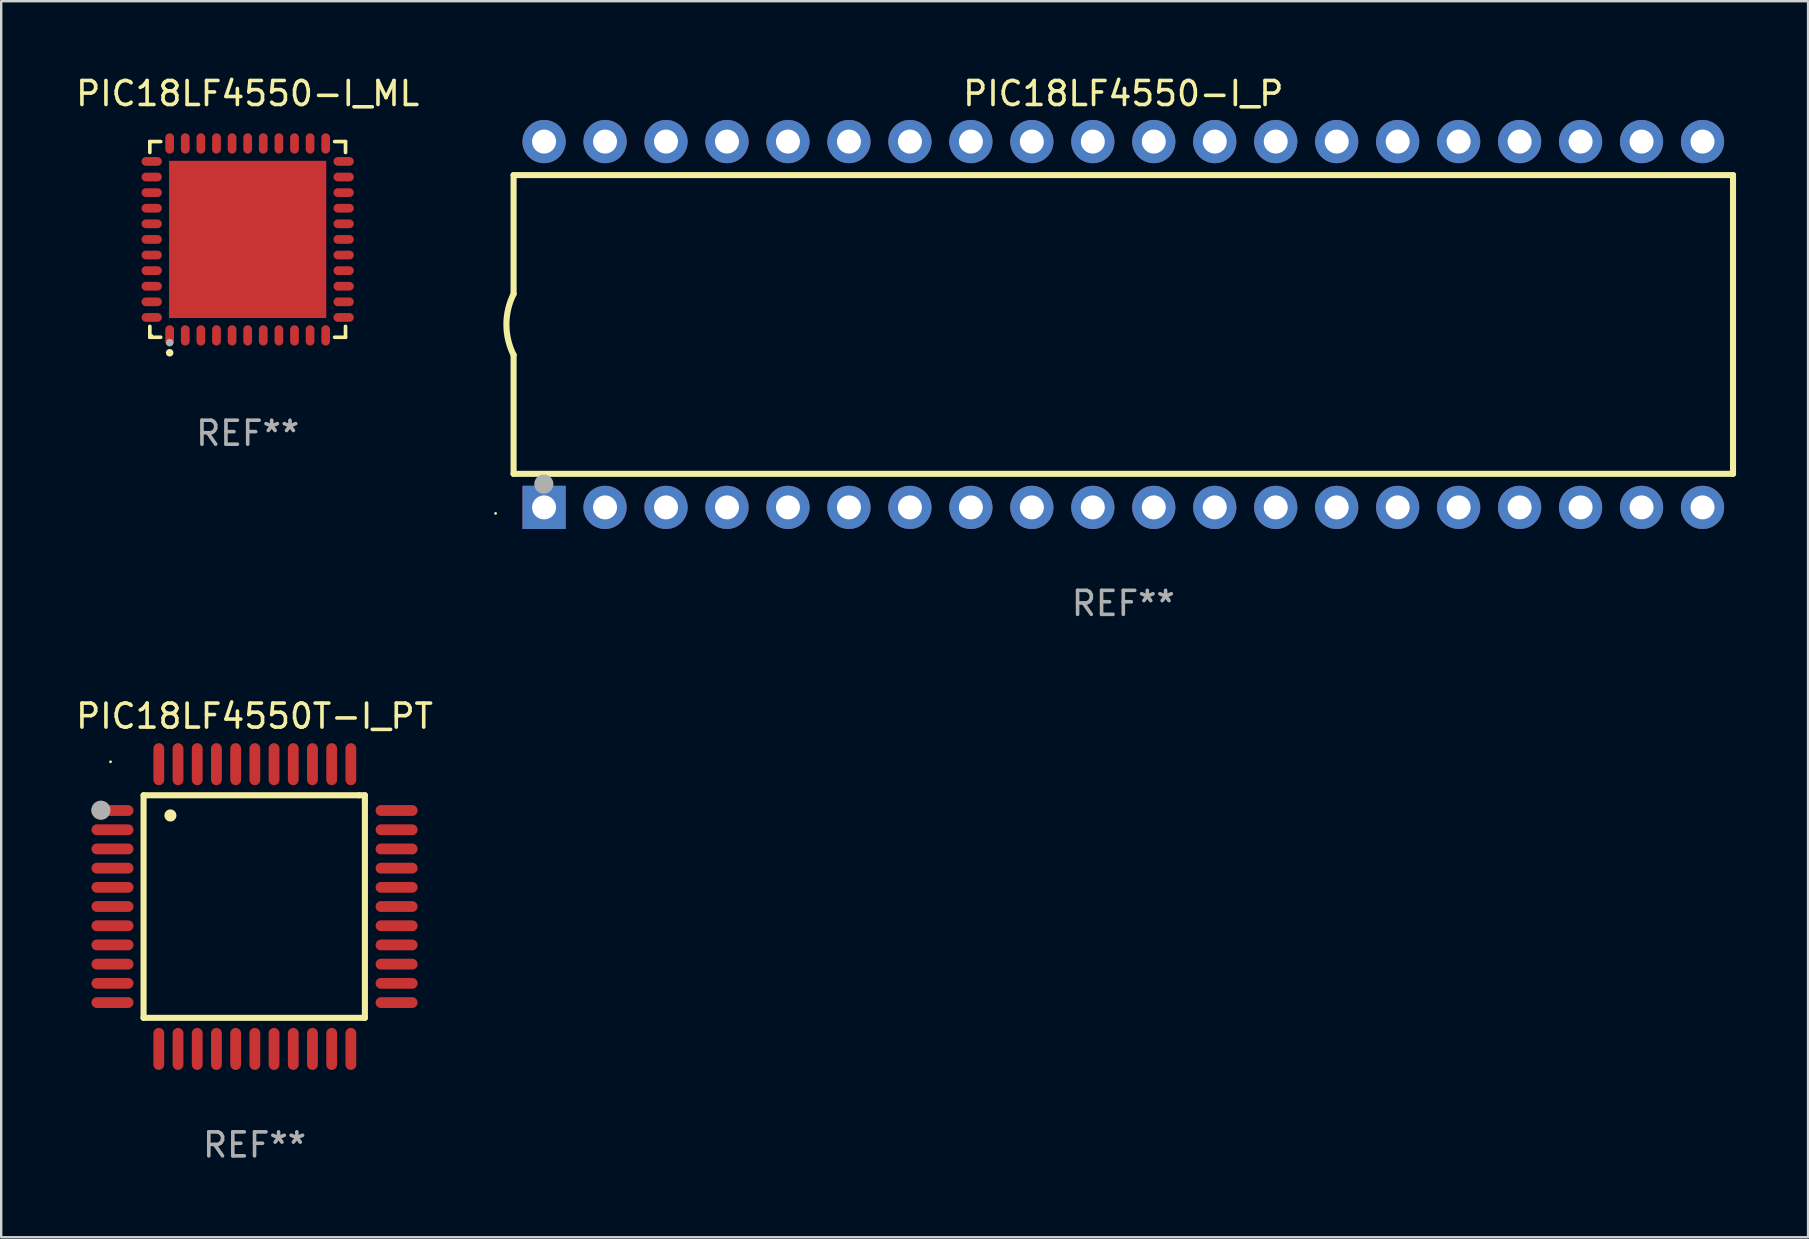
<source format=kicad_pcb>
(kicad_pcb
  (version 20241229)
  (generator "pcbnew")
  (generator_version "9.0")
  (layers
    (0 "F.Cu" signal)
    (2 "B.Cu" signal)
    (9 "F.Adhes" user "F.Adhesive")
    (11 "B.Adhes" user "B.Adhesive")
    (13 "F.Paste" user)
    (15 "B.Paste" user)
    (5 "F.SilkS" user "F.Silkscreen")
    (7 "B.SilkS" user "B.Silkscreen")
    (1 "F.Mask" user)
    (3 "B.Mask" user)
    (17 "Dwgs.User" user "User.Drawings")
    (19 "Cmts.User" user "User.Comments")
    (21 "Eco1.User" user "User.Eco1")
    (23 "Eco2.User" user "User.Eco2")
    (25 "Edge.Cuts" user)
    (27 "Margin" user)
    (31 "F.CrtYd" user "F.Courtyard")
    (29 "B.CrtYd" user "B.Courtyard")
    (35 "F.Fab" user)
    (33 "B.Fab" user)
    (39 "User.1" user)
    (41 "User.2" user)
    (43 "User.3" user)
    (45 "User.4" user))
  (footprint "PIC18LF4550-I_ML"
    (layer "F.Cu")
    (at 7.268 6.924)
    (property "Reference" "PIC18LF4550-I_ML" (at 0 -6.076 0) (layer "F.SilkS") (effects (font (size 1 1) (thickness 0.15))))
    (attr through_hole)
    (fp_line (start -4.076 -4.076) (end -3.623 -4.076) (stroke (width 0.152) (type solid)) (layer "F.SilkS"))
    (fp_line (start -4.076 -3.623) (end -4.076 -4.076) (stroke (width 0.152) (type solid)) (layer "F.SilkS"))
    (fp_line (start -4.076 3.623) (end -4.076 4.076) (stroke (width 0.152) (type solid)) (layer "F.SilkS"))
    (fp_line (start -4.076 4.076) (end -3.623 4.076) (stroke (width 0.152) (type solid)) (layer "F.SilkS"))
    (fp_line (start 4.076 -4.076) (end 3.623 -4.076) (stroke (width 0.152) (type solid)) (layer "F.SilkS"))
    (fp_line (start 4.076 -3.623) (end 4.076 -4.076) (stroke (width 0.152) (type solid)) (layer "F.SilkS"))
    (fp_line (start 4.076 3.623) (end 4.076 4.076) (stroke (width 0.152) (type solid)) (layer "F.SilkS"))
    (fp_line (start 4.076 4.076) (end 3.623 4.076) (stroke (width 0.152) (type solid)) (layer "F.SilkS"))
    (fp_circle (center -4 4) (end -3.97 4) (stroke (width 0.06) (type solid)) (fill no) (layer "F.SilkS"))
    (fp_circle (center -3.25 4.722) (end -3.171 4.722) (stroke (width 0.158) (type solid)) (fill no) (layer "F.SilkS"))
    (fp_circle (center -3.25 4.3) (end -3.171 4.3) (stroke (width 0.158) (type solid)) (fill no) (layer "F.Fab"))
    (fp_text user "REF**" (at 0 8.076 0) (layer "F.Fab") (effects (font (size 1 1) (thickness 0.15))))
    (pad "1" smd oval (at -3.25 3.998) (size 0.364 0.847) (layers "F.Cu" "F.Mask" "F.Paste"))
    (pad "2" smd oval (at -2.6 3.998) (size 0.364 0.847) (layers "F.Cu" "F.Mask" "F.Paste"))
    (pad "3" smd oval (at -1.95 3.998) (size 0.364 0.847) (layers "F.Cu" "F.Mask" "F.Paste"))
    (pad "4" smd oval (at -1.3 3.998) (size 0.364 0.847) (layers "F.Cu" "F.Mask" "F.Paste"))
    (pad "5" smd oval (at -0.65 3.998) (size 0.364 0.847) (layers "F.Cu" "F.Mask" "F.Paste"))
    (pad "6" smd oval (at 0 3.998) (size 0.364 0.847) (layers "F.Cu" "F.Mask" "F.Paste"))
    (pad "7" smd oval (at 0.65 3.998) (size 0.364 0.847) (layers "F.Cu" "F.Mask" "F.Paste"))
    (pad "8" smd oval (at 1.3 3.998) (size 0.364 0.847) (layers "F.Cu" "F.Mask" "F.Paste"))
    (pad "9" smd oval (at 1.95 3.998) (size 0.364 0.847) (layers "F.Cu" "F.Mask" "F.Paste"))
    (pad "10" smd oval (at 2.6 3.998) (size 0.364 0.847) (layers "F.Cu" "F.Mask" "F.Paste"))
    (pad "11" smd oval (at 3.25 3.998) (size 0.364 0.847) (layers "F.Cu" "F.Mask" "F.Paste"))
    (pad "12" smd oval (at 3.998 3.25) (size 0.847 0.364) (layers "F.Cu" "F.Mask" "F.Paste"))
    (pad "13" smd oval (at 3.998 2.6) (size 0.847 0.364) (layers "F.Cu" "F.Mask" "F.Paste"))
    (pad "14" smd oval (at 3.998 1.95) (size 0.847 0.364) (layers "F.Cu" "F.Mask" "F.Paste"))
    (pad "15" smd oval (at 3.998 1.3) (size 0.847 0.364) (layers "F.Cu" "F.Mask" "F.Paste"))
    (pad "16" smd oval (at 3.998 0.65) (size 0.847 0.364) (layers "F.Cu" "F.Mask" "F.Paste"))
    (pad "17" smd oval (at 3.998 0) (size 0.847 0.364) (layers "F.Cu" "F.Mask" "F.Paste"))
    (pad "18" smd oval (at 3.998 -0.65) (size 0.847 0.364) (layers "F.Cu" "F.Mask" "F.Paste"))
    (pad "19" smd oval (at 3.998 -1.3) (size 0.847 0.364) (layers "F.Cu" "F.Mask" "F.Paste"))
    (pad "20" smd oval (at 3.998 -1.95) (size 0.847 0.364) (layers "F.Cu" "F.Mask" "F.Paste"))
    (pad "21" smd oval (at 3.998 -2.6) (size 0.847 0.364) (layers "F.Cu" "F.Mask" "F.Paste"))
    (pad "22" smd oval (at 3.998 -3.25) (size 0.847 0.364) (layers "F.Cu" "F.Mask" "F.Paste"))
    (pad "23" smd oval (at 3.25 -3.998) (size 0.364 0.847) (layers "F.Cu" "F.Mask" "F.Paste"))
    (pad "24" smd oval (at 2.6 -3.998) (size 0.364 0.847) (layers "F.Cu" "F.Mask" "F.Paste"))
    (pad "25" smd oval (at 1.95 -3.998) (size 0.364 0.847) (layers "F.Cu" "F.Mask" "F.Paste"))
    (pad "26" smd oval (at 1.3 -3.998) (size 0.364 0.847) (layers "F.Cu" "F.Mask" "F.Paste"))
    (pad "27" smd oval (at 0.65 -3.998) (size 0.364 0.847) (layers "F.Cu" "F.Mask" "F.Paste"))
    (pad "28" smd oval (at 0 -3.998) (size 0.364 0.847) (layers "F.Cu" "F.Mask" "F.Paste"))
    (pad "29" smd oval (at -0.65 -3.998) (size 0.364 0.847) (layers "F.Cu" "F.Mask" "F.Paste"))
    (pad "30" smd oval (at -1.3 -3.998) (size 0.364 0.847) (layers "F.Cu" "F.Mask" "F.Paste"))
    (pad "31" smd oval (at -1.95 -3.998) (size 0.364 0.847) (layers "F.Cu" "F.Mask" "F.Paste"))
    (pad "32" smd oval (at -2.6 -3.998) (size 0.364 0.847) (layers "F.Cu" "F.Mask" "F.Paste"))
    (pad "33" smd oval (at -3.25 -3.998) (size 0.364 0.847) (layers "F.Cu" "F.Mask" "F.Paste"))
    (pad "34" smd oval (at -3.998 -3.25) (size 0.847 0.364) (layers "F.Cu" "F.Mask" "F.Paste"))
    (pad "35" smd oval (at -3.998 -2.6) (size 0.847 0.364) (layers "F.Cu" "F.Mask" "F.Paste"))
    (pad "36" smd oval (at -3.998 -1.95) (size 0.847 0.364) (layers "F.Cu" "F.Mask" "F.Paste"))
    (pad "37" smd oval (at -3.998 -1.3) (size 0.847 0.364) (layers "F.Cu" "F.Mask" "F.Paste"))
    (pad "38" smd oval (at -3.998 -0.65) (size 0.847 0.364) (layers "F.Cu" "F.Mask" "F.Paste"))
    (pad "39" smd oval (at -3.998 0) (size 0.847 0.364) (layers "F.Cu" "F.Mask" "F.Paste"))
    (pad "40" smd oval (at -3.998 0.65) (size 0.847 0.364) (layers "F.Cu" "F.Mask" "F.Paste"))
    (pad "41" smd oval (at -3.998 1.3) (size 0.847 0.364) (layers "F.Cu" "F.Mask" "F.Paste"))
    (pad "42" smd oval (at -3.998 1.95) (size 0.847 0.364) (layers "F.Cu" "F.Mask" "F.Paste"))
    (pad "43" smd oval (at -3.998 2.6) (size 0.847 0.364) (layers "F.Cu" "F.Mask" "F.Paste"))
    (pad "44" smd oval (at -3.998 3.25) (size 0.847 0.364) (layers "F.Cu" "F.Mask" "F.Paste"))
    (pad "45" smd rect (at 0 0) (size 6.55 6.55) (layers "F.Cu" "F.Mask" "F.Paste")))
  (footprint "PIC18LF4550T-I_PT"
    (layer "F.Cu")
    (at 7.554 34.716)
    (property "Reference" "PIC18LF4550T-I_PT" (at 0 -7.931 0) (layer "F.SilkS") (effects (font (size 1 1) (thickness 0.15))))
    (attr through_hole)
    (fp_line (start -4.623 -4.636) (end 4.35 -4.636) (stroke (width 0.254) (type solid)) (layer "F.SilkS"))
    (fp_line (start -4.623 4.636) (end -4.623 -4.636) (stroke (width 0.254) (type solid)) (layer "F.SilkS"))
    (fp_line (start 4.35 -4.636) (end 4.597 -4.636) (stroke (width 0.254) (type solid)) (layer "F.SilkS"))
    (fp_line (start 4.597 -4.636) (end 4.597 -4.363) (stroke (width 0.254) (type solid)) (layer "F.SilkS"))
    (fp_line (start 4.597 -4.363) (end 4.597 4.636) (stroke (width 0.254) (type solid)) (layer "F.SilkS"))
    (fp_line (start 4.597 4.636) (end -4.623 4.636) (stroke (width 0.254) (type solid)) (layer "F.SilkS"))
    (fp_arc (start -3.505207 -3.792228) (mid -3.50522 -3.794768) (end -3.505207 -3.797308) (stroke (width 0.5) (type solid)) (layer "F.SilkS"))
    (fp_circle (center -6 -6.03) (end -5.97 -6.03) (stroke (width 0.06) (type solid)) (fill no) (layer "F.SilkS"))
    (fp_circle (center -6.401 -4.013) (end -6.201 -4.013) (stroke (width 0.4) (type solid)) (fill no) (layer "F.Fab"))
    (fp_text user "REF**" (at 0 9.931 0) (layer "F.Fab") (effects (font (size 1 1) (thickness 0.15))))
    (pad "1" smd oval (at -5.918 -4.001 90) (size 0.45 1.75) (layers "F.Cu" "F.Mask" "F.Paste"))
    (pad "2" smd oval (at -5.918 -3.2 90) (size 0.45 1.75) (layers "F.Cu" "F.Mask" "F.Paste"))
    (pad "3" smd oval (at -5.918 -2.4 90) (size 0.45 1.75) (layers "F.Cu" "F.Mask" "F.Paste"))
    (pad "4" smd oval (at -5.918 -1.6 90) (size 0.45 1.75) (layers "F.Cu" "F.Mask" "F.Paste"))
    (pad "5" smd oval (at -5.918 -0.8 90) (size 0.45 1.75) (layers "F.Cu" "F.Mask" "F.Paste"))
    (pad "6" smd oval (at -5.918 0 90) (size 0.45 1.75) (layers "F.Cu" "F.Mask" "F.Paste"))
    (pad "7" smd oval (at -5.918 0.8 90) (size 0.45 1.75) (layers "F.Cu" "F.Mask" "F.Paste"))
    (pad "8" smd oval (at -5.918 1.6 90) (size 0.45 1.75) (layers "F.Cu" "F.Mask" "F.Paste"))
    (pad "9" smd oval (at -5.918 2.4 90) (size 0.45 1.75) (layers "F.Cu" "F.Mask" "F.Paste"))
    (pad "10" smd oval (at -5.918 3.2 90) (size 0.45 1.75) (layers "F.Cu" "F.Mask" "F.Paste"))
    (pad "11" smd oval (at -5.918 4.001 90) (size 0.45 1.75) (layers "F.Cu" "F.Mask" "F.Paste"))
    (pad "12" smd oval (at -3.988 5.931) (size 0.45 1.75) (layers "F.Cu" "F.Mask" "F.Paste"))
    (pad "13" smd oval (at -3.188 5.931) (size 0.45 1.75) (layers "F.Cu" "F.Mask" "F.Paste"))
    (pad "14" smd oval (at -2.388 5.931) (size 0.45 1.75) (layers "F.Cu" "F.Mask" "F.Paste"))
    (pad "15" smd oval (at -1.588 5.931) (size 0.45 1.75) (layers "F.Cu" "F.Mask" "F.Paste"))
    (pad "16" smd oval (at -0.787 5.931) (size 0.45 1.75) (layers "F.Cu" "F.Mask" "F.Paste"))
    (pad "17" smd oval (at 0.013 5.931) (size 0.45 1.75) (layers "F.Cu" "F.Mask" "F.Paste"))
    (pad "18" smd oval (at 0.813 5.931) (size 0.45 1.75) (layers "F.Cu" "F.Mask" "F.Paste"))
    (pad "19" smd oval (at 1.613 5.931) (size 0.45 1.75) (layers "F.Cu" "F.Mask" "F.Paste"))
    (pad "20" smd oval (at 2.413 5.931) (size 0.45 1.75) (layers "F.Cu" "F.Mask" "F.Paste"))
    (pad "21" smd oval (at 3.213 5.931) (size 0.45 1.75) (layers "F.Cu" "F.Mask" "F.Paste"))
    (pad "22" smd oval (at 4.013 5.931) (size 0.45 1.75) (layers "F.Cu" "F.Mask" "F.Paste"))
    (pad "23" smd oval (at 5.918 4.001 90) (size 0.45 1.75) (layers "F.Cu" "F.Mask" "F.Paste"))
    (pad "24" smd oval (at 5.918 3.2 90) (size 0.45 1.75) (layers "F.Cu" "F.Mask" "F.Paste"))
    (pad "25" smd oval (at 5.918 2.4 90) (size 0.45 1.75) (layers "F.Cu" "F.Mask" "F.Paste"))
    (pad "26" smd oval (at 5.918 1.6 90) (size 0.45 1.75) (layers "F.Cu" "F.Mask" "F.Paste"))
    (pad "27" smd oval (at 5.918 0.8 90) (size 0.45 1.75) (layers "F.Cu" "F.Mask" "F.Paste"))
    (pad "28" smd oval (at 5.918 0 90) (size 0.45 1.75) (layers "F.Cu" "F.Mask" "F.Paste"))
    (pad "29" smd oval (at 5.918 -0.8 90) (size 0.45 1.75) (layers "F.Cu" "F.Mask" "F.Paste"))
    (pad "30" smd oval (at 5.918 -1.6 90) (size 0.45 1.75) (layers "F.Cu" "F.Mask" "F.Paste"))
    (pad "31" smd oval (at 5.918 -2.4 90) (size 0.45 1.75) (layers "F.Cu" "F.Mask" "F.Paste"))
    (pad "32" smd oval (at 5.918 -3.2 90) (size 0.45 1.75) (layers "F.Cu" "F.Mask" "F.Paste"))
    (pad "33" smd oval (at 5.918 -4.001 90) (size 0.45 1.75) (layers "F.Cu" "F.Mask" "F.Paste"))
    (pad "34" smd oval (at 4.013 -5.931) (size 0.45 1.75) (layers "F.Cu" "F.Mask" "F.Paste"))
    (pad "35" smd oval (at 3.213 -5.931) (size 0.45 1.75) (layers "F.Cu" "F.Mask" "F.Paste"))
    (pad "36" smd oval (at 2.413 -5.931) (size 0.45 1.75) (layers "F.Cu" "F.Mask" "F.Paste"))
    (pad "37" smd oval (at 1.613 -5.931) (size 0.45 1.75) (layers "F.Cu" "F.Mask" "F.Paste"))
    (pad "38" smd oval (at 0.813 -5.931) (size 0.45 1.75) (layers "F.Cu" "F.Mask" "F.Paste"))
    (pad "39" smd oval (at 0.013 -5.931) (size 0.45 1.75) (layers "F.Cu" "F.Mask" "F.Paste"))
    (pad "40" smd oval (at -0.787 -5.931) (size 0.45 1.75) (layers "F.Cu" "F.Mask" "F.Paste"))
    (pad "41" smd oval (at -1.588 -5.931) (size 0.45 1.75) (layers "F.Cu" "F.Mask" "F.Paste"))
    (pad "42" smd oval (at -2.388 -5.931) (size 0.45 1.75) (layers "F.Cu" "F.Mask" "F.Paste"))
    (pad "43" smd oval (at -3.188 -5.931) (size 0.45 1.75) (layers "F.Cu" "F.Mask" "F.Paste"))
    (pad "44" smd oval (at -3.988 -5.931) (size 0.45 1.75) (layers "F.Cu" "F.Mask" "F.Paste")))
  (footprint "PIC18LF4550-I_P"
    (layer "F.Cu")
    (at 43.746 10.468)
    (property "Reference" "PIC18LF4550-I_P" (at 0 -9.62 0) (layer "F.SilkS") (effects (font (size 1 1) (thickness 0.15))))
    (attr through_hole)
    (fp_line (start -25.4 -6.224) (end -25.4 -1.271) (stroke (width 0.254) (type solid)) (layer "F.SilkS"))
    (fp_line (start -25.4 -6.224) (end 25.4 -6.224) (stroke (width 0.254) (type solid)) (layer "F.SilkS"))
    (fp_line (start -25.4 1.269) (end -25.4 6.222) (stroke (width 0.254) (type solid)) (layer "F.SilkS"))
    (fp_line (start -25.4 6.222) (end 25.4 6.222) (stroke (width 0.254) (type solid)) (layer "F.SilkS"))
    (fp_line (start 25.4 6.222) (end 25.4 -6.224) (stroke (width 0.254) (type solid)) (layer "F.SilkS"))
    (fp_arc (start -25.4 1.269241) (mid -25.699807 -0.000762) (end -25.4 -1.270765) (stroke (width 0.254001) (type solid)) (layer "F.SilkS"))
    (fp_circle (center -26.15 7.87) (end -26.12 7.87) (stroke (width 0.06) (type solid)) (fill no) (layer "F.SilkS"))
    (fp_circle (center -24.14 6.65) (end -23.94 6.65) (stroke (width 0.4) (type solid)) (fill no) (layer "F.Fab"))
    (fp_text user "REF**" (at 0 11.62 0) (layer "F.Fab") (effects (font (size 1 1) (thickness 0.15))))
    (pad "1" thru_hole rect (at -24.13 7.62 90) (size 1.8 1.8) (drill 1) (layers "*.Cu" "*.Mask"))
    (pad "2" thru_hole circle (at -21.59 7.62) (size 1.8 1.8) (drill 1) (layers "*.Cu" "*.Mask"))
    (pad "3" thru_hole circle (at -19.05 7.62) (size 1.8 1.8) (drill 1) (layers "*.Cu" "*.Mask"))
    (pad "4" thru_hole circle (at -16.51 7.62) (size 1.8 1.8) (drill 1) (layers "*.Cu" "*.Mask"))
    (pad "5" thru_hole circle (at -13.97 7.62) (size 1.8 1.8) (drill 1) (layers "*.Cu" "*.Mask"))
    (pad "6" thru_hole circle (at -11.43 7.62) (size 1.8 1.8) (drill 1) (layers "*.Cu" "*.Mask"))
    (pad "7" thru_hole circle (at -8.89 7.62) (size 1.8 1.8) (drill 1) (layers "*.Cu" "*.Mask"))
    (pad "8" thru_hole circle (at -6.35 7.62) (size 1.8 1.8) (drill 1) (layers "*.Cu" "*.Mask"))
    (pad "9" thru_hole circle (at -3.81 7.62) (size 1.8 1.8) (drill 1) (layers "*.Cu" "*.Mask"))
    (pad "10" thru_hole circle (at -1.27 7.62) (size 1.8 1.8) (drill 1) (layers "*.Cu" "*.Mask"))
    (pad "11" thru_hole circle (at 1.27 7.62) (size 1.8 1.8) (drill 1) (layers "*.Cu" "*.Mask"))
    (pad "12" thru_hole circle (at 3.81 7.62) (size 1.8 1.8) (drill 1) (layers "*.Cu" "*.Mask"))
    (pad "13" thru_hole circle (at 6.35 7.62) (size 1.8 1.8) (drill 1) (layers "*.Cu" "*.Mask"))
    (pad "14" thru_hole circle (at 8.89 7.62) (size 1.8 1.8) (drill 1) (layers "*.Cu" "*.Mask"))
    (pad "15" thru_hole circle (at 11.43 7.62) (size 1.8 1.8) (drill 1) (layers "*.Cu" "*.Mask"))
    (pad "16" thru_hole circle (at 13.97 7.62) (size 1.8 1.8) (drill 1) (layers "*.Cu" "*.Mask"))
    (pad "17" thru_hole circle (at 16.51 7.62) (size 1.8 1.8) (drill 1) (layers "*.Cu" "*.Mask"))
    (pad "18" thru_hole circle (at 19.05 7.62) (size 1.8 1.8) (drill 1) (layers "*.Cu" "*.Mask"))
    (pad "19" thru_hole circle (at 21.59 7.62) (size 1.8 1.8) (drill 1) (layers "*.Cu" "*.Mask"))
    (pad "20" thru_hole circle (at 24.13 7.62) (size 1.8 1.8) (drill 1) (layers "*.Cu" "*.Mask"))
    (pad "21" thru_hole circle (at 24.13 -7.62) (size 1.8 1.8) (drill 1) (layers "*.Cu" "*.Mask"))
    (pad "22" thru_hole circle (at 21.59 -7.62) (size 1.8 1.8) (drill 1) (layers "*.Cu" "*.Mask"))
    (pad "23" thru_hole circle (at 19.05 -7.62) (size 1.8 1.8) (drill 1) (layers "*.Cu" "*.Mask"))
    (pad "24" thru_hole circle (at 16.51 -7.62) (size 1.8 1.8) (drill 1) (layers "*.Cu" "*.Mask"))
    (pad "25" thru_hole circle (at 13.97 -7.62) (size 1.8 1.8) (drill 1) (layers "*.Cu" "*.Mask"))
    (pad "26" thru_hole circle (at 11.43 -7.62) (size 1.8 1.8) (drill 1) (layers "*.Cu" "*.Mask"))
    (pad "27" thru_hole circle (at 8.89 -7.62) (size 1.8 1.8) (drill 1) (layers "*.Cu" "*.Mask"))
    (pad "28" thru_hole circle (at 6.35 -7.62) (size 1.8 1.8) (drill 1) (layers "*.Cu" "*.Mask"))
    (pad "29" thru_hole circle (at 3.81 -7.62) (size 1.8 1.8) (drill 1) (layers "*.Cu" "*.Mask"))
    (pad "30" thru_hole circle (at 1.27 -7.62) (size 1.8 1.8) (drill 1) (layers "*.Cu" "*.Mask"))
    (pad "31" thru_hole circle (at -1.27 -7.62) (size 1.8 1.8) (drill 1) (layers "*.Cu" "*.Mask"))
    (pad "32" thru_hole circle (at -3.81 -7.62) (size 1.8 1.8) (drill 1) (layers "*.Cu" "*.Mask"))
    (pad "33" thru_hole circle (at -6.35 -7.62) (size 1.8 1.8) (drill 1) (layers "*.Cu" "*.Mask"))
    (pad "34" thru_hole circle (at -8.89 -7.62) (size 1.8 1.8) (drill 1) (layers "*.Cu" "*.Mask"))
    (pad "35" thru_hole circle (at -11.43 -7.62) (size 1.8 1.8) (drill 1) (layers "*.Cu" "*.Mask"))
    (pad "36" thru_hole circle (at -13.97 -7.62) (size 1.8 1.8) (drill 1) (layers "*.Cu" "*.Mask"))
    (pad "37" thru_hole circle (at -16.51 -7.62) (size 1.8 1.8) (drill 1) (layers "*.Cu" "*.Mask"))
    (pad "38" thru_hole circle (at -19.05 -7.62) (size 1.8 1.8) (drill 1) (layers "*.Cu" "*.Mask"))
    (pad "39" thru_hole circle (at -21.59 -7.62) (size 1.8 1.8) (drill 1) (layers "*.Cu" "*.Mask"))
    (pad "40" thru_hole circle (at -24.13 -7.62) (size 1.8 1.8) (drill 1) (layers "*.Cu" "*.Mask")))
  (gr_rect
    (start -3 -3)
    (end 72.273 48.495)
    (stroke (width 0.1) (type default))
    (fill no)
    (layer "Edge.Cuts")))
</source>
